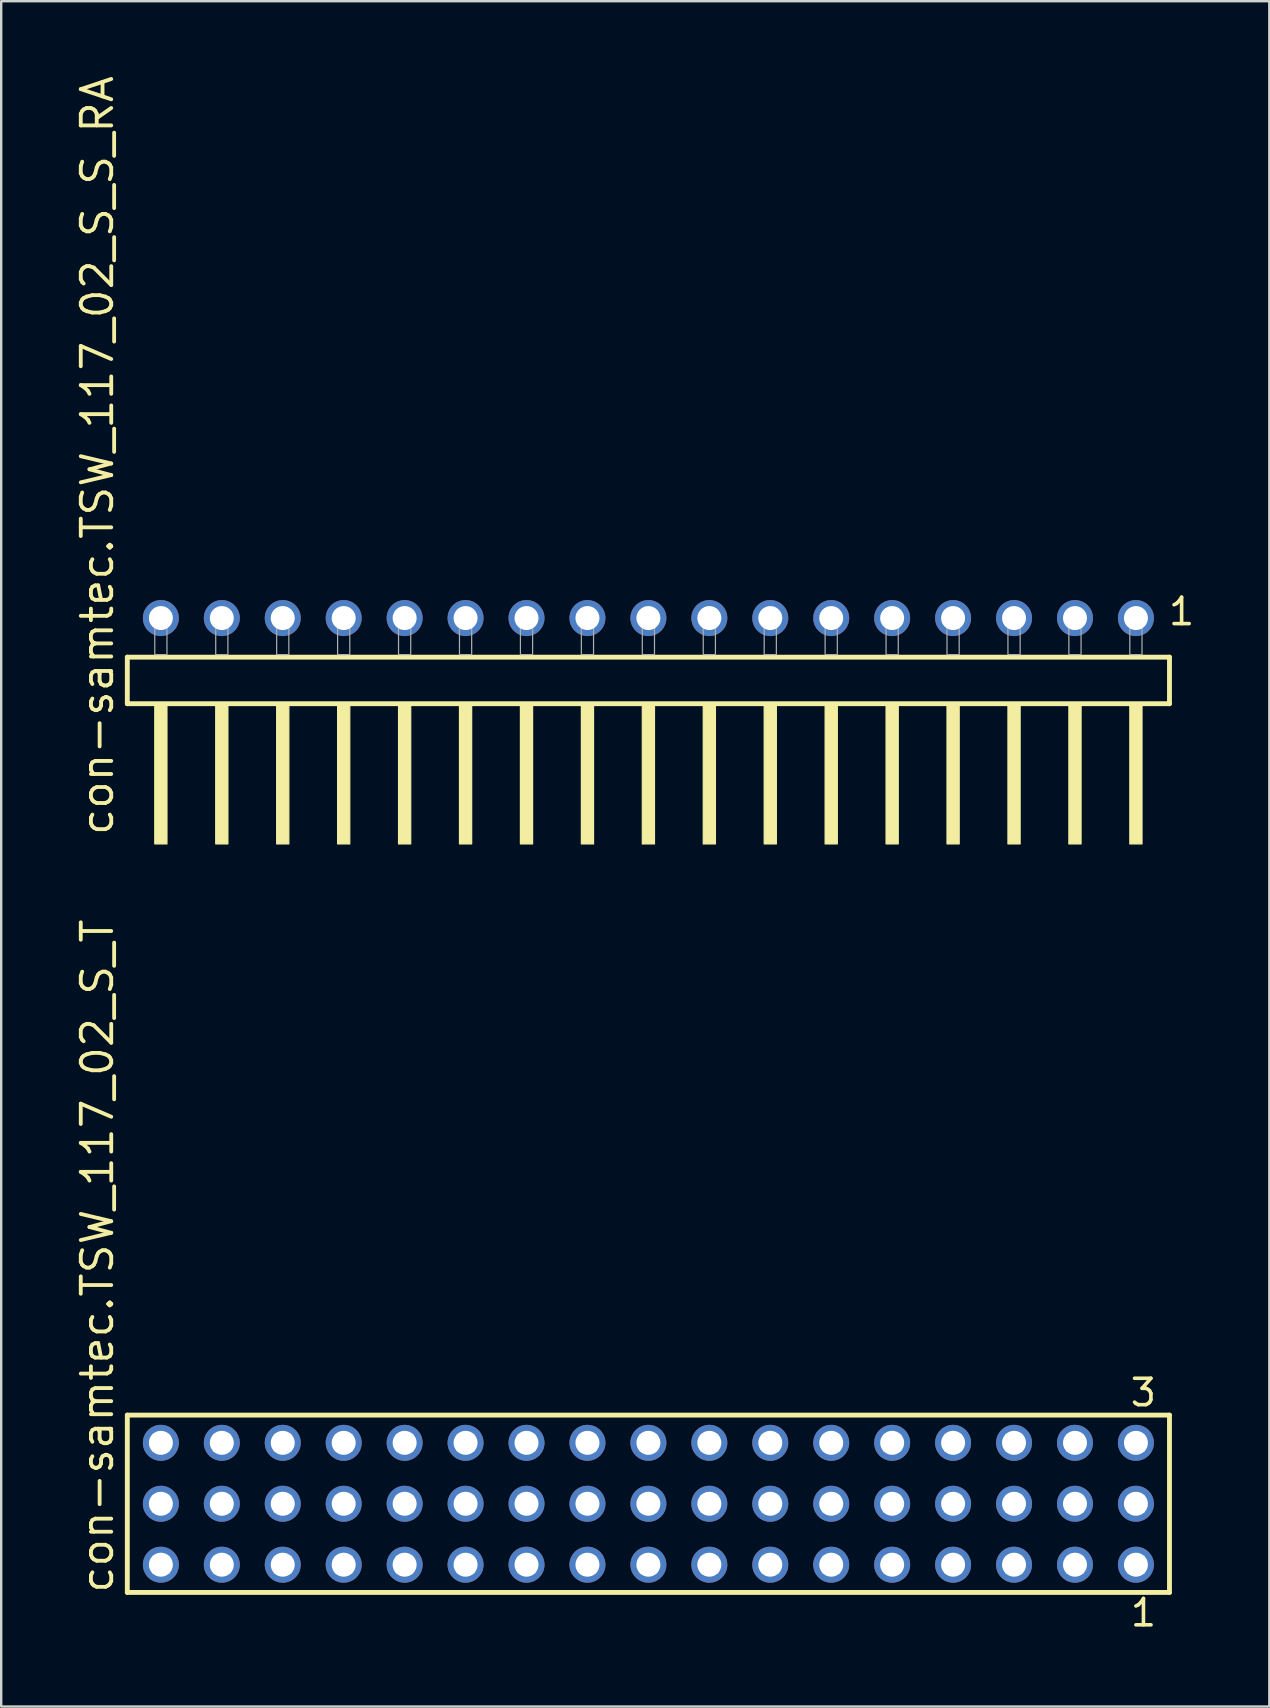
<source format=kicad_pcb>
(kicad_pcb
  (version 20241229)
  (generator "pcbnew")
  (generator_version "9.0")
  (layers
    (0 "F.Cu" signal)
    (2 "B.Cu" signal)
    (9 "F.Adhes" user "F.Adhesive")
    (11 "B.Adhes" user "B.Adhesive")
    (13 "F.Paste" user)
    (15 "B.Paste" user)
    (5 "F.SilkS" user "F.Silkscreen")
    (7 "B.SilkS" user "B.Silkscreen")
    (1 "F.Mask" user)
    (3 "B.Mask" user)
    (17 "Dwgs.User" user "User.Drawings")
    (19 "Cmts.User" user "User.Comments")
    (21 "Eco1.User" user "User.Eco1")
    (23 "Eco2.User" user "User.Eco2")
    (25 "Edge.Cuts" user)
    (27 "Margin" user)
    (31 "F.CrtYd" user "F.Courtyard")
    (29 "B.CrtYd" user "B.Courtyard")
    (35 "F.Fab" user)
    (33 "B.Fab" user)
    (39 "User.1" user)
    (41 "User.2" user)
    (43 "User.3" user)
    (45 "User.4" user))
  (footprint "con-samtec.TSW_117_02_S_S_RA"
    (layer "F.Cu")
    (at 23.975 24.235)
    (property "Reference" "con-samtec.TSW_117_02_S_S_RA" (at -22.225 7.62 90) (layer "F.SilkS") (effects (font (size 1.27 1.27) (thickness 0.16)) (justify left bottom)))
    (attr through_hole)
    (fp_line (start -21.719 0.106) (end -21.719 2.046) (stroke (width 0.203) (type default)) (layer "F.SilkS"))
    (fp_line (start -21.719 2.046) (end 21.719 2.046) (stroke (width 0.203) (type default)) (layer "F.SilkS"))
    (fp_line (start 21.719 0.106) (end -21.719 0.106) (stroke (width 0.203) (type default)) (layer "F.SilkS"))
    (fp_line (start 21.719 2.046) (end 21.719 0.106) (stroke (width 0.203) (type default)) (layer "F.SilkS"))
    (fp_rect (start -20.574 7.89) (end -20.066 2.04) (stroke (width 0.05) (type default)) (fill yes) (layer "F.SilkS"))
    (fp_rect (start -18.034 7.89) (end -17.526 2.04) (stroke (width 0.05) (type default)) (fill yes) (layer "F.SilkS"))
    (fp_rect (start -15.494 7.89) (end -14.986 2.04) (stroke (width 0.05) (type default)) (fill yes) (layer "F.SilkS"))
    (fp_rect (start -12.954 7.89) (end -12.446 2.04) (stroke (width 0.05) (type default)) (fill yes) (layer "F.SilkS"))
    (fp_rect (start -10.414 7.89) (end -9.906 2.04) (stroke (width 0.05) (type default)) (fill yes) (layer "F.SilkS"))
    (fp_rect (start -7.874 7.89) (end -7.366 2.04) (stroke (width 0.05) (type default)) (fill yes) (layer "F.SilkS"))
    (fp_rect (start -5.334 7.89) (end -4.826 2.04) (stroke (width 0.05) (type default)) (fill yes) (layer "F.SilkS"))
    (fp_rect (start -2.794 7.89) (end -2.286 2.04) (stroke (width 0.05) (type default)) (fill yes) (layer "F.SilkS"))
    (fp_rect (start -0.254 7.89) (end 0.254 2.04) (stroke (width 0.05) (type default)) (fill yes) (layer "F.SilkS"))
    (fp_rect (start 2.286 7.89) (end 2.794 2.04) (stroke (width 0.05) (type default)) (fill yes) (layer "F.SilkS"))
    (fp_rect (start 4.826 7.89) (end 5.334 2.04) (stroke (width 0.05) (type default)) (fill yes) (layer "F.SilkS"))
    (fp_rect (start 7.366 7.89) (end 7.874 2.04) (stroke (width 0.05) (type default)) (fill yes) (layer "F.SilkS"))
    (fp_rect (start 9.906 7.89) (end 10.414 2.04) (stroke (width 0.05) (type default)) (fill yes) (layer "F.SilkS"))
    (fp_rect (start 12.446 7.89) (end 12.954 2.04) (stroke (width 0.05) (type default)) (fill yes) (layer "F.SilkS"))
    (fp_rect (start 14.986 7.89) (end 15.494 2.04) (stroke (width 0.05) (type default)) (fill yes) (layer "F.SilkS"))
    (fp_rect (start 17.526 7.89) (end 18.034 2.04) (stroke (width 0.05) (type default)) (fill yes) (layer "F.SilkS"))
    (fp_rect (start 20.066 7.89) (end 20.574 2.04) (stroke (width 0.05) (type default)) (fill yes) (layer "F.SilkS"))
    (fp_rect (start -20.574 0) (end -20.066 -1.778) (stroke (width 0.05) (type default)) (fill no) (layer "F.Fab"))
    (fp_rect (start -18.034 0) (end -17.526 -1.778) (stroke (width 0.05) (type default)) (fill no) (layer "F.Fab"))
    (fp_rect (start -15.494 0) (end -14.986 -1.778) (stroke (width 0.05) (type default)) (fill no) (layer "F.Fab"))
    (fp_rect (start -12.954 0) (end -12.446 -1.778) (stroke (width 0.05) (type default)) (fill no) (layer "F.Fab"))
    (fp_rect (start -10.414 0) (end -9.906 -1.778) (stroke (width 0.05) (type default)) (fill no) (layer "F.Fab"))
    (fp_rect (start -7.874 0) (end -7.366 -1.778) (stroke (width 0.05) (type default)) (fill no) (layer "F.Fab"))
    (fp_rect (start -5.334 0) (end -4.826 -1.778) (stroke (width 0.05) (type default)) (fill no) (layer "F.Fab"))
    (fp_rect (start -2.794 0) (end -2.286 -1.778) (stroke (width 0.05) (type default)) (fill no) (layer "F.Fab"))
    (fp_rect (start -0.254 0) (end 0.254 -1.778) (stroke (width 0.05) (type default)) (fill no) (layer "F.Fab"))
    (fp_rect (start 2.286 0) (end 2.794 -1.778) (stroke (width 0.05) (type default)) (fill no) (layer "F.Fab"))
    (fp_rect (start 4.826 0) (end 5.334 -1.778) (stroke (width 0.05) (type default)) (fill no) (layer "F.Fab"))
    (fp_rect (start 7.366 0) (end 7.874 -1.778) (stroke (width 0.05) (type default)) (fill no) (layer "F.Fab"))
    (fp_rect (start 9.906 0) (end 10.414 -1.778) (stroke (width 0.05) (type default)) (fill no) (layer "F.Fab"))
    (fp_rect (start 12.446 0) (end 12.954 -1.778) (stroke (width 0.05) (type default)) (fill no) (layer "F.Fab"))
    (fp_rect (start 14.986 0) (end 15.494 -1.778) (stroke (width 0.05) (type default)) (fill no) (layer "F.Fab"))
    (fp_rect (start 17.526 0) (end 18.034 -1.778) (stroke (width 0.05) (type default)) (fill no) (layer "F.Fab"))
    (fp_rect (start 20.066 0) (end 20.574 -1.778) (stroke (width 0.05) (type default)) (fill no) (layer "F.Fab"))
    (fp_text user "1" (at 21.602 -1.152 0) (layer "F.SilkS") (effects (font (size 1.1 1.1) (thickness 0.15)) (justify left bottom)))
    (pad "1" thru_hole circle (at 20.32 -1.524 180) (size 1.5 1.5) (drill 1) (layers "*.Cu" "*.Mask"))
    (pad "2" thru_hole circle (at 17.78 -1.524 180) (size 1.5 1.5) (drill 1) (layers "*.Cu" "*.Mask"))
    (pad "3" thru_hole circle (at 15.24 -1.524 180) (size 1.5 1.5) (drill 1) (layers "*.Cu" "*.Mask"))
    (pad "4" thru_hole circle (at 12.7 -1.524 180) (size 1.5 1.5) (drill 1) (layers "*.Cu" "*.Mask"))
    (pad "5" thru_hole circle (at 10.16 -1.524 180) (size 1.5 1.5) (drill 1) (layers "*.Cu" "*.Mask"))
    (pad "6" thru_hole circle (at 7.62 -1.524 180) (size 1.5 1.5) (drill 1) (layers "*.Cu" "*.Mask"))
    (pad "7" thru_hole circle (at 5.08 -1.524 180) (size 1.5 1.5) (drill 1) (layers "*.Cu" "*.Mask"))
    (pad "8" thru_hole circle (at 2.54 -1.524 180) (size 1.5 1.5) (drill 1) (layers "*.Cu" "*.Mask"))
    (pad "9" thru_hole circle (at 0 -1.524 180) (size 1.5 1.5) (drill 1) (layers "*.Cu" "*.Mask"))
    (pad "10" thru_hole circle (at -2.54 -1.524 180) (size 1.5 1.5) (drill 1) (layers "*.Cu" "*.Mask"))
    (pad "11" thru_hole circle (at -5.08 -1.524 180) (size 1.5 1.5) (drill 1) (layers "*.Cu" "*.Mask"))
    (pad "12" thru_hole circle (at -7.62 -1.524 180) (size 1.5 1.5) (drill 1) (layers "*.Cu" "*.Mask"))
    (pad "13" thru_hole circle (at -10.16 -1.524 180) (size 1.5 1.5) (drill 1) (layers "*.Cu" "*.Mask"))
    (pad "14" thru_hole circle (at -12.7 -1.524 180) (size 1.5 1.5) (drill 1) (layers "*.Cu" "*.Mask"))
    (pad "15" thru_hole circle (at -15.24 -1.524 180) (size 1.5 1.5) (drill 1) (layers "*.Cu" "*.Mask"))
    (pad "16" thru_hole circle (at -17.78 -1.524 180) (size 1.5 1.5) (drill 1) (layers "*.Cu" "*.Mask"))
    (pad "17" thru_hole circle (at -20.32 -1.524 180) (size 1.5 1.5) (drill 1) (layers "*.Cu" "*.Mask")))
  (footprint "con-samtec.TSW_117_02_S_T"
    (layer "F.Cu")
    (at 23.975 59.627)
    (property "Reference" "con-samtec.TSW_117_02_S_T" (at -22.225 3.81 90) (layer "F.SilkS") (effects (font (size 1.27 1.27) (thickness 0.16)) (justify left bottom)))
    (attr through_hole)
    (fp_line (start -21.719 -3.695) (end 21.719 -3.695) (stroke (width 0.203) (type default)) (layer "F.SilkS"))
    (fp_line (start -21.719 3.695) (end -21.719 -3.695) (stroke (width 0.203) (type default)) (layer "F.SilkS"))
    (fp_line (start 21.719 -3.695) (end 21.719 3.695) (stroke (width 0.203) (type default)) (layer "F.SilkS"))
    (fp_line (start 21.719 3.695) (end -21.719 3.695) (stroke (width 0.203) (type default)) (layer "F.SilkS"))
    (fp_rect (start -20.67 -2.19) (end -19.97 -2.89) (stroke (width 0.05) (type default)) (fill no) (layer "F.Fab"))
    (fp_rect (start -20.67 0.35) (end -19.97 -0.35) (stroke (width 0.05) (type default)) (fill no) (layer "F.Fab"))
    (fp_rect (start -20.67 2.89) (end -19.97 2.19) (stroke (width 0.05) (type default)) (fill no) (layer "F.Fab"))
    (fp_rect (start -18.13 -2.19) (end -17.43 -2.89) (stroke (width 0.05) (type default)) (fill no) (layer "F.Fab"))
    (fp_rect (start -18.13 0.35) (end -17.43 -0.35) (stroke (width 0.05) (type default)) (fill no) (layer "F.Fab"))
    (fp_rect (start -18.13 2.89) (end -17.43 2.19) (stroke (width 0.05) (type default)) (fill no) (layer "F.Fab"))
    (fp_rect (start -15.59 -2.19) (end -14.89 -2.89) (stroke (width 0.05) (type default)) (fill no) (layer "F.Fab"))
    (fp_rect (start -15.59 0.35) (end -14.89 -0.35) (stroke (width 0.05) (type default)) (fill no) (layer "F.Fab"))
    (fp_rect (start -15.59 2.89) (end -14.89 2.19) (stroke (width 0.05) (type default)) (fill no) (layer "F.Fab"))
    (fp_rect (start -13.05 -2.19) (end -12.35 -2.89) (stroke (width 0.05) (type default)) (fill no) (layer "F.Fab"))
    (fp_rect (start -13.05 0.35) (end -12.35 -0.35) (stroke (width 0.05) (type default)) (fill no) (layer "F.Fab"))
    (fp_rect (start -13.05 2.89) (end -12.35 2.19) (stroke (width 0.05) (type default)) (fill no) (layer "F.Fab"))
    (fp_rect (start -10.51 -2.19) (end -9.81 -2.89) (stroke (width 0.05) (type default)) (fill no) (layer "F.Fab"))
    (fp_rect (start -10.51 0.35) (end -9.81 -0.35) (stroke (width 0.05) (type default)) (fill no) (layer "F.Fab"))
    (fp_rect (start -10.51 2.89) (end -9.81 2.19) (stroke (width 0.05) (type default)) (fill no) (layer "F.Fab"))
    (fp_rect (start -7.97 -2.19) (end -7.27 -2.89) (stroke (width 0.05) (type default)) (fill no) (layer "F.Fab"))
    (fp_rect (start -7.97 0.35) (end -7.27 -0.35) (stroke (width 0.05) (type default)) (fill no) (layer "F.Fab"))
    (fp_rect (start -7.97 2.89) (end -7.27 2.19) (stroke (width 0.05) (type default)) (fill no) (layer "F.Fab"))
    (fp_rect (start -5.43 -2.19) (end -4.73 -2.89) (stroke (width 0.05) (type default)) (fill no) (layer "F.Fab"))
    (fp_rect (start -5.43 0.35) (end -4.73 -0.35) (stroke (width 0.05) (type default)) (fill no) (layer "F.Fab"))
    (fp_rect (start -5.43 2.89) (end -4.73 2.19) (stroke (width 0.05) (type default)) (fill no) (layer "F.Fab"))
    (fp_rect (start -2.89 -2.19) (end -2.19 -2.89) (stroke (width 0.05) (type default)) (fill no) (layer "F.Fab"))
    (fp_rect (start -2.89 0.35) (end -2.19 -0.35) (stroke (width 0.05) (type default)) (fill no) (layer "F.Fab"))
    (fp_rect (start -2.89 2.89) (end -2.19 2.19) (stroke (width 0.05) (type default)) (fill no) (layer "F.Fab"))
    (fp_rect (start -0.35 -2.19) (end 0.35 -2.89) (stroke (width 0.05) (type default)) (fill no) (layer "F.Fab"))
    (fp_rect (start -0.35 0.35) (end 0.35 -0.35) (stroke (width 0.05) (type default)) (fill no) (layer "F.Fab"))
    (fp_rect (start -0.35 2.89) (end 0.35 2.19) (stroke (width 0.05) (type default)) (fill no) (layer "F.Fab"))
    (fp_rect (start 2.19 -2.19) (end 2.89 -2.89) (stroke (width 0.05) (type default)) (fill no) (layer "F.Fab"))
    (fp_rect (start 2.19 0.35) (end 2.89 -0.35) (stroke (width 0.05) (type default)) (fill no) (layer "F.Fab"))
    (fp_rect (start 2.19 2.89) (end 2.89 2.19) (stroke (width 0.05) (type default)) (fill no) (layer "F.Fab"))
    (fp_rect (start 4.73 -2.19) (end 5.43 -2.89) (stroke (width 0.05) (type default)) (fill no) (layer "F.Fab"))
    (fp_rect (start 4.73 0.35) (end 5.43 -0.35) (stroke (width 0.05) (type default)) (fill no) (layer "F.Fab"))
    (fp_rect (start 4.73 2.89) (end 5.43 2.19) (stroke (width 0.05) (type default)) (fill no) (layer "F.Fab"))
    (fp_rect (start 7.27 -2.19) (end 7.97 -2.89) (stroke (width 0.05) (type default)) (fill no) (layer "F.Fab"))
    (fp_rect (start 7.27 0.35) (end 7.97 -0.35) (stroke (width 0.05) (type default)) (fill no) (layer "F.Fab"))
    (fp_rect (start 7.27 2.89) (end 7.97 2.19) (stroke (width 0.05) (type default)) (fill no) (layer "F.Fab"))
    (fp_rect (start 9.81 -2.19) (end 10.51 -2.89) (stroke (width 0.05) (type default)) (fill no) (layer "F.Fab"))
    (fp_rect (start 9.81 0.35) (end 10.51 -0.35) (stroke (width 0.05) (type default)) (fill no) (layer "F.Fab"))
    (fp_rect (start 9.81 2.89) (end 10.51 2.19) (stroke (width 0.05) (type default)) (fill no) (layer "F.Fab"))
    (fp_rect (start 12.35 -2.19) (end 13.05 -2.89) (stroke (width 0.05) (type default)) (fill no) (layer "F.Fab"))
    (fp_rect (start 12.35 0.35) (end 13.05 -0.35) (stroke (width 0.05) (type default)) (fill no) (layer "F.Fab"))
    (fp_rect (start 12.35 2.89) (end 13.05 2.19) (stroke (width 0.05) (type default)) (fill no) (layer "F.Fab"))
    (fp_rect (start 14.89 -2.19) (end 15.59 -2.89) (stroke (width 0.05) (type default)) (fill no) (layer "F.Fab"))
    (fp_rect (start 14.89 0.35) (end 15.59 -0.35) (stroke (width 0.05) (type default)) (fill no) (layer "F.Fab"))
    (fp_rect (start 14.89 2.89) (end 15.59 2.19) (stroke (width 0.05) (type default)) (fill no) (layer "F.Fab"))
    (fp_rect (start 17.43 -2.19) (end 18.13 -2.89) (stroke (width 0.05) (type default)) (fill no) (layer "F.Fab"))
    (fp_rect (start 17.43 0.35) (end 18.13 -0.35) (stroke (width 0.05) (type default)) (fill no) (layer "F.Fab"))
    (fp_rect (start 17.43 2.89) (end 18.13 2.19) (stroke (width 0.05) (type default)) (fill no) (layer "F.Fab"))
    (fp_rect (start 19.97 -2.19) (end 20.67 -2.89) (stroke (width 0.05) (type default)) (fill no) (layer "F.Fab"))
    (fp_rect (start 19.97 0.35) (end 20.67 -0.35) (stroke (width 0.05) (type default)) (fill no) (layer "F.Fab"))
    (fp_rect (start 19.97 2.89) (end 20.67 2.19) (stroke (width 0.05) (type default)) (fill no) (layer "F.Fab"))
    (fp_text user "3" (at 20.008 -3.989 0) (layer "F.SilkS") (effects (font (size 1.1 1.1) (thickness 0.15)) (justify left bottom)))
    (fp_text user "1" (at 20.012 5.188 0) (layer "F.SilkS") (effects (font (size 1.1 1.1) (thickness 0.15)) (justify left bottom)))
    (pad "1" thru_hole circle (at 20.32 2.54 180) (size 1.5 1.5) (drill 1) (layers "*.Cu" "*.Mask"))
    (pad "2" thru_hole circle (at 20.32 0 180) (size 1.5 1.5) (drill 1) (layers "*.Cu" "*.Mask"))
    (pad "3" thru_hole circle (at 20.32 -2.54 180) (size 1.5 1.5) (drill 1) (layers "*.Cu" "*.Mask"))
    (pad "4" thru_hole circle (at 17.78 2.54 180) (size 1.5 1.5) (drill 1) (layers "*.Cu" "*.Mask"))
    (pad "5" thru_hole circle (at 17.78 0 180) (size 1.5 1.5) (drill 1) (layers "*.Cu" "*.Mask"))
    (pad "6" thru_hole circle (at 17.78 -2.54 180) (size 1.5 1.5) (drill 1) (layers "*.Cu" "*.Mask"))
    (pad "7" thru_hole circle (at 15.24 2.54 180) (size 1.5 1.5) (drill 1) (layers "*.Cu" "*.Mask"))
    (pad "8" thru_hole circle (at 15.24 0 180) (size 1.5 1.5) (drill 1) (layers "*.Cu" "*.Mask"))
    (pad "9" thru_hole circle (at 15.24 -2.54 180) (size 1.5 1.5) (drill 1) (layers "*.Cu" "*.Mask"))
    (pad "10" thru_hole circle (at 12.7 2.54 180) (size 1.5 1.5) (drill 1) (layers "*.Cu" "*.Mask"))
    (pad "11" thru_hole circle (at 12.7 0 180) (size 1.5 1.5) (drill 1) (layers "*.Cu" "*.Mask"))
    (pad "12" thru_hole circle (at 12.7 -2.54 180) (size 1.5 1.5) (drill 1) (layers "*.Cu" "*.Mask"))
    (pad "13" thru_hole circle (at 10.16 2.54 180) (size 1.5 1.5) (drill 1) (layers "*.Cu" "*.Mask"))
    (pad "14" thru_hole circle (at 10.16 0 180) (size 1.5 1.5) (drill 1) (layers "*.Cu" "*.Mask"))
    (pad "15" thru_hole circle (at 10.16 -2.54 180) (size 1.5 1.5) (drill 1) (layers "*.Cu" "*.Mask"))
    (pad "16" thru_hole circle (at 7.62 2.54 180) (size 1.5 1.5) (drill 1) (layers "*.Cu" "*.Mask"))
    (pad "17" thru_hole circle (at 7.62 0 180) (size 1.5 1.5) (drill 1) (layers "*.Cu" "*.Mask"))
    (pad "18" thru_hole circle (at 7.62 -2.54 180) (size 1.5 1.5) (drill 1) (layers "*.Cu" "*.Mask"))
    (pad "19" thru_hole circle (at 5.08 2.54 180) (size 1.5 1.5) (drill 1) (layers "*.Cu" "*.Mask"))
    (pad "20" thru_hole circle (at 5.08 0 180) (size 1.5 1.5) (drill 1) (layers "*.Cu" "*.Mask"))
    (pad "21" thru_hole circle (at 5.08 -2.54 180) (size 1.5 1.5) (drill 1) (layers "*.Cu" "*.Mask"))
    (pad "22" thru_hole circle (at 2.54 2.54 180) (size 1.5 1.5) (drill 1) (layers "*.Cu" "*.Mask"))
    (pad "23" thru_hole circle (at 2.54 0 180) (size 1.5 1.5) (drill 1) (layers "*.Cu" "*.Mask"))
    (pad "24" thru_hole circle (at 2.54 -2.54 180) (size 1.5 1.5) (drill 1) (layers "*.Cu" "*.Mask"))
    (pad "25" thru_hole circle (at 0 2.54 180) (size 1.5 1.5) (drill 1) (layers "*.Cu" "*.Mask"))
    (pad "26" thru_hole circle (at 0 0 180) (size 1.5 1.5) (drill 1) (layers "*.Cu" "*.Mask"))
    (pad "27" thru_hole circle (at 0 -2.54 180) (size 1.5 1.5) (drill 1) (layers "*.Cu" "*.Mask"))
    (pad "28" thru_hole circle (at -2.54 2.54 180) (size 1.5 1.5) (drill 1) (layers "*.Cu" "*.Mask"))
    (pad "29" thru_hole circle (at -2.54 0 180) (size 1.5 1.5) (drill 1) (layers "*.Cu" "*.Mask"))
    (pad "30" thru_hole circle (at -2.54 -2.54 180) (size 1.5 1.5) (drill 1) (layers "*.Cu" "*.Mask"))
    (pad "31" thru_hole circle (at -5.08 2.54 180) (size 1.5 1.5) (drill 1) (layers "*.Cu" "*.Mask"))
    (pad "32" thru_hole circle (at -5.08 0 180) (size 1.5 1.5) (drill 1) (layers "*.Cu" "*.Mask"))
    (pad "33" thru_hole circle (at -5.08 -2.54 180) (size 1.5 1.5) (drill 1) (layers "*.Cu" "*.Mask"))
    (pad "34" thru_hole circle (at -7.62 2.54 180) (size 1.5 1.5) (drill 1) (layers "*.Cu" "*.Mask"))
    (pad "35" thru_hole circle (at -7.62 0 180) (size 1.5 1.5) (drill 1) (layers "*.Cu" "*.Mask"))
    (pad "36" thru_hole circle (at -7.62 -2.54 180) (size 1.5 1.5) (drill 1) (layers "*.Cu" "*.Mask"))
    (pad "37" thru_hole circle (at -10.16 2.54 180) (size 1.5 1.5) (drill 1) (layers "*.Cu" "*.Mask"))
    (pad "38" thru_hole circle (at -10.16 0 180) (size 1.5 1.5) (drill 1) (layers "*.Cu" "*.Mask"))
    (pad "39" thru_hole circle (at -10.16 -2.54 180) (size 1.5 1.5) (drill 1) (layers "*.Cu" "*.Mask"))
    (pad "40" thru_hole circle (at -12.7 2.54 180) (size 1.5 1.5) (drill 1) (layers "*.Cu" "*.Mask"))
    (pad "41" thru_hole circle (at -12.7 0 180) (size 1.5 1.5) (drill 1) (layers "*.Cu" "*.Mask"))
    (pad "42" thru_hole circle (at -12.7 -2.54 180) (size 1.5 1.5) (drill 1) (layers "*.Cu" "*.Mask"))
    (pad "43" thru_hole circle (at -15.24 2.54 180) (size 1.5 1.5) (drill 1) (layers "*.Cu" "*.Mask"))
    (pad "44" thru_hole circle (at -15.24 0 180) (size 1.5 1.5) (drill 1) (layers "*.Cu" "*.Mask"))
    (pad "45" thru_hole circle (at -15.24 -2.54 180) (size 1.5 1.5) (drill 1) (layers "*.Cu" "*.Mask"))
    (pad "46" thru_hole circle (at -17.78 2.54 180) (size 1.5 1.5) (drill 1) (layers "*.Cu" "*.Mask"))
    (pad "47" thru_hole circle (at -17.78 0 180) (size 1.5 1.5) (drill 1) (layers "*.Cu" "*.Mask"))
    (pad "48" thru_hole circle (at -17.78 -2.54 180) (size 1.5 1.5) (drill 1) (layers "*.Cu" "*.Mask"))
    (pad "49" thru_hole circle (at -20.32 2.54 180) (size 1.5 1.5) (drill 1) (layers "*.Cu" "*.Mask"))
    (pad "50" thru_hole circle (at -20.32 0 180) (size 1.5 1.5) (drill 1) (layers "*.Cu" "*.Mask"))
    (pad "51" thru_hole circle (at -20.32 -2.54 180) (size 1.5 1.5) (drill 1) (layers "*.Cu" "*.Mask")))
  (gr_rect
    (start -3 -3)
    (end 49.855 68.079)
    (stroke (width 0.1) (type default))
    (fill no)
    (layer "Edge.Cuts")))
</source>
